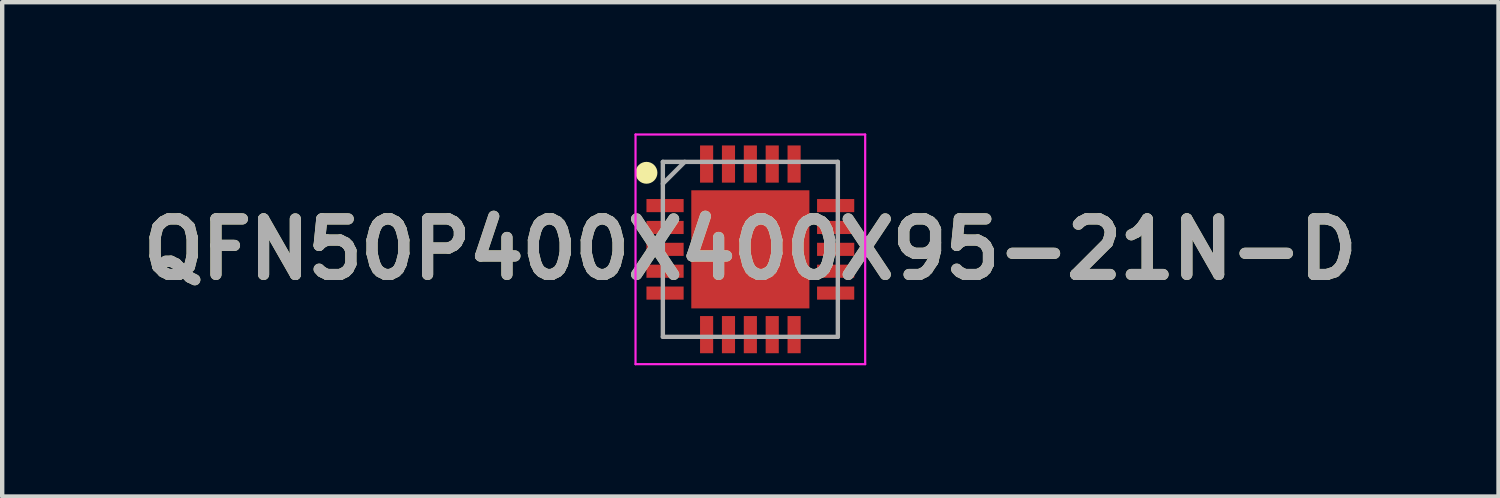
<source format=kicad_pcb>
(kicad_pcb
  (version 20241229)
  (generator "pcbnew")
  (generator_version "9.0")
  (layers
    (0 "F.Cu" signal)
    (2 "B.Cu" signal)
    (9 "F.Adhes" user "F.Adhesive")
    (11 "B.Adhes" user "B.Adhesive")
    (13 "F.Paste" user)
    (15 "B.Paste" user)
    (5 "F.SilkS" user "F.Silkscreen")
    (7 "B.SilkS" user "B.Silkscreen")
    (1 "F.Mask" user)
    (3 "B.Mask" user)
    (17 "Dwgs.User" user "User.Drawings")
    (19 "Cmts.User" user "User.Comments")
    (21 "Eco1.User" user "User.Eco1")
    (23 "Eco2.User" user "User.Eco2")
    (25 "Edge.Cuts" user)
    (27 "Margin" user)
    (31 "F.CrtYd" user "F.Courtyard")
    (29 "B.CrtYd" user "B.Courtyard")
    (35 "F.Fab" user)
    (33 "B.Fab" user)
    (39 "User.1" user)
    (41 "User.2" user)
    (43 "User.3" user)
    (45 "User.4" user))
  (footprint "QFN50P400X400X95-21N-D"
    (layer "F.Cu")
    (at 14.103 2.65)
    (property "Reference" "QFN50P400X400X95-21N-D" (at 0 0 0) (layer "F.SilkS") (effects (font (size 1.27 1.27) (thickness 0.254))))
    (attr smd)
    (fp_circle (center -2.375 -1.75) (end -2.375 -1.625) (stroke (width 0.25) (type solid)) (fill no) (layer "F.SilkS"))
    (fp_line (start -2.625 -2.625) (end 2.625 -2.625) (stroke (width 0.05) (type solid)) (layer "F.CrtYd"))
    (fp_line (start -2.625 2.625) (end -2.625 -2.625) (stroke (width 0.05) (type solid)) (layer "F.CrtYd"))
    (fp_line (start 2.625 -2.625) (end 2.625 2.625) (stroke (width 0.05) (type solid)) (layer "F.CrtYd"))
    (fp_line (start 2.625 2.625) (end -2.625 2.625) (stroke (width 0.05) (type solid)) (layer "F.CrtYd"))
    (fp_line (start -2 -2) (end 2 -2) (stroke (width 0.1) (type solid)) (layer "F.Fab"))
    (fp_line (start -2 -1.5) (end -1.5 -2) (stroke (width 0.1) (type solid)) (layer "F.Fab"))
    (fp_line (start -2 2) (end -2 -2) (stroke (width 0.1) (type solid)) (layer "F.Fab"))
    (fp_line (start 2 -2) (end 2 2) (stroke (width 0.1) (type solid)) (layer "F.Fab"))
    (fp_line (start 2 2) (end -2 2) (stroke (width 0.1) (type solid)) (layer "F.Fab"))
    (fp_text user "${REFERENCE}" (at 0 0 0) (layer "F.Fab") (effects (font (size 1.27 1.27) (thickness 0.254))))
    (pad "1" smd rect (at -1.95 -1 90) (size 0.3 0.85) (layers "F.Cu" "F.Mask" "F.Paste"))
    (pad "2" smd rect (at -1.95 -0.5 90) (size 0.3 0.85) (layers "F.Cu" "F.Mask" "F.Paste"))
    (pad "3" smd rect (at -1.95 0 90) (size 0.3 0.85) (layers "F.Cu" "F.Mask" "F.Paste"))
    (pad "4" smd rect (at -1.95 0.5 90) (size 0.3 0.85) (layers "F.Cu" "F.Mask" "F.Paste"))
    (pad "5" smd rect (at -1.95 1 90) (size 0.3 0.85) (layers "F.Cu" "F.Mask" "F.Paste"))
    (pad "6" smd rect (at -1 1.95) (size 0.3 0.85) (layers "F.Cu" "F.Mask" "F.Paste"))
    (pad "7" smd rect (at -0.5 1.95) (size 0.3 0.85) (layers "F.Cu" "F.Mask" "F.Paste"))
    (pad "8" smd rect (at 0 1.95) (size 0.3 0.85) (layers "F.Cu" "F.Mask" "F.Paste"))
    (pad "9" smd rect (at 0.5 1.95) (size 0.3 0.85) (layers "F.Cu" "F.Mask" "F.Paste"))
    (pad "10" smd rect (at 1 1.95) (size 0.3 0.85) (layers "F.Cu" "F.Mask" "F.Paste"))
    (pad "11" smd rect (at 1.95 1 90) (size 0.3 0.85) (layers "F.Cu" "F.Mask" "F.Paste"))
    (pad "12" smd rect (at 1.95 0.5 90) (size 0.3 0.85) (layers "F.Cu" "F.Mask" "F.Paste"))
    (pad "13" smd rect (at 1.95 0 90) (size 0.3 0.85) (layers "F.Cu" "F.Mask" "F.Paste"))
    (pad "14" smd rect (at 1.95 -0.5 90) (size 0.3 0.85) (layers "F.Cu" "F.Mask" "F.Paste"))
    (pad "15" smd rect (at 1.95 -1 90) (size 0.3 0.85) (layers "F.Cu" "F.Mask" "F.Paste"))
    (pad "16" smd rect (at 1 -1.95) (size 0.3 0.85) (layers "F.Cu" "F.Mask" "F.Paste"))
    (pad "17" smd rect (at 0.5 -1.95) (size 0.3 0.85) (layers "F.Cu" "F.Mask" "F.Paste"))
    (pad "18" smd rect (at 0 -1.95) (size 0.3 0.85) (layers "F.Cu" "F.Mask" "F.Paste"))
    (pad "19" smd rect (at -0.5 -1.95) (size 0.3 0.85) (layers "F.Cu" "F.Mask" "F.Paste"))
    (pad "20" smd rect (at -1 -1.95) (size 0.3 0.85) (layers "F.Cu" "F.Mask" "F.Paste"))
    (pad "21" smd rect (at 0 0) (size 2.7 2.7) (layers "F.Cu" "F.Mask" "F.Paste")))
  (gr_rect
    (start -3 -3)
    (end 31.206 8.3)
    (stroke (width 0.1) (type default))
    (fill no)
    (layer "Edge.Cuts")))
</source>
